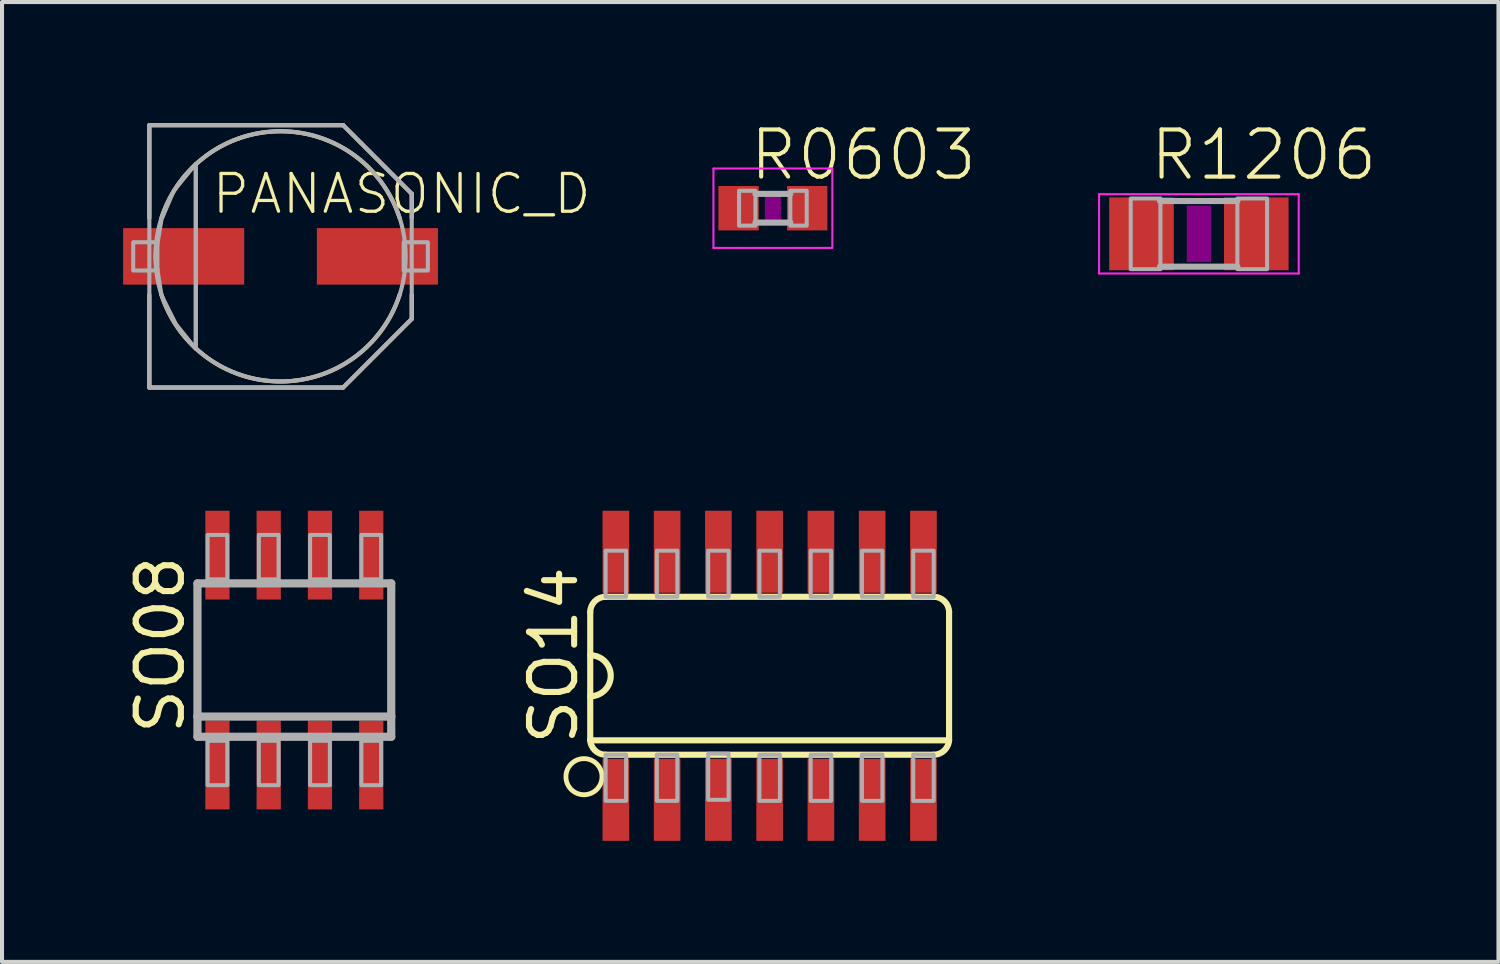
<source format=kicad_pcb>
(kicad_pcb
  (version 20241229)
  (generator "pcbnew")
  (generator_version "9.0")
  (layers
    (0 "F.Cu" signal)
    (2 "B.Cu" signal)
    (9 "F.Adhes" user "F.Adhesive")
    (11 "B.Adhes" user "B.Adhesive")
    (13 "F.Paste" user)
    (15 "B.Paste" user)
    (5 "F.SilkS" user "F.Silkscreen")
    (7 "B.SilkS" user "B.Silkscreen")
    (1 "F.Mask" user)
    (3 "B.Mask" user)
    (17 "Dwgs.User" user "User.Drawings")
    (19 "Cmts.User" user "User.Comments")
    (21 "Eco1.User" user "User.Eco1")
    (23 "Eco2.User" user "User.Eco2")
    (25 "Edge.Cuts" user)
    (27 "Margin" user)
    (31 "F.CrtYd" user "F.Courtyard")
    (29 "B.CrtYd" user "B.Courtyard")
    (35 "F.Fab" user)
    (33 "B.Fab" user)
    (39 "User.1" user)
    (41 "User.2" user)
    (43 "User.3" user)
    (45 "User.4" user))
  (footprint "R1206"
    (layer "F.Cu")
    (at 26.651 2.743)
    (property "Reference" "R1206" (at -1.27 -1.27 0) (layer "F.SilkS") (effects (font (size 1.168 1.168) (thickness 0.102)) (justify left bottom)))
    (fp_poly (pts (xy -0.3 0.7) (xy 0.3 0.7) (xy 0.3 -0.7) (xy -0.3 -0.7)) (stroke (width 0) (type solid)) (fill yes) (layer "F.Adhes"))
    (fp_line (start -2.473 -0.983) (end 2.473 -0.983) (stroke (width 0.051) (type solid)) (layer "F.CrtYd"))
    (fp_line (start -2.473 0.983) (end -2.473 -0.983) (stroke (width 0.051) (type solid)) (layer "F.CrtYd"))
    (fp_line (start 2.473 -0.983) (end 2.473 0.983) (stroke (width 0.051) (type solid)) (layer "F.CrtYd"))
    (fp_line (start 2.473 0.983) (end -2.473 0.983) (stroke (width 0.051) (type solid)) (layer "F.CrtYd"))
    (fp_line (start 0.953 -0.813) (end -0.965 -0.813) (stroke (width 0.152) (type solid)) (layer "F.Fab"))
    (fp_line (start 0.953 0.813) (end -0.965 0.813) (stroke (width 0.152) (type solid)) (layer "F.Fab"))
    (fp_poly (pts (xy -1.689 0.876) (xy -0.953 0.876) (xy -0.953 -0.876) (xy -1.689 -0.876)) (stroke (width 0.1) (type solid)) (fill no) (layer "F.Fab"))
    (fp_poly (pts (xy 0.953 0.876) (xy 1.689 0.876) (xy 1.689 -0.876) (xy 0.953 -0.876)) (stroke (width 0.1) (type solid)) (fill no) (layer "F.Fab"))
    (pad "1" smd rect (at -1.422 0) (size 1.6 1.803) (layers "F.Cu" "F.Mask" "F.Paste"))
    (pad "2" smd rect (at 1.422 0) (size 1.6 1.803) (layers "F.Cu" "F.Mask" "F.Paste")))
  (footprint "SO08"
    (layer "F.Cu")
    (at 4.242 13.302)
    (property "Reference" "SO08" (at -2.667 1.905 90) (layer "F.SilkS") (effects (font (size 1.118 1.118) (thickness 0.152)) (justify left bottom)))
    (fp_line (start -2.4 -1.9) (end 2.4 -1.9) (stroke (width 0.203) (type solid)) (layer "F.Fab"))
    (fp_line (start -2.4 1.4) (end -2.4 -1.9) (stroke (width 0.203) (type solid)) (layer "F.Fab"))
    (fp_line (start -2.4 1.9) (end -2.4 1.4) (stroke (width 0.203) (type solid)) (layer "F.Fab"))
    (fp_line (start 2.4 -1.9) (end 2.4 1.4) (stroke (width 0.203) (type solid)) (layer "F.Fab"))
    (fp_line (start 2.4 1.4) (end -2.4 1.4) (stroke (width 0.203) (type solid)) (layer "F.Fab"))
    (fp_line (start 2.4 1.4) (end 2.4 1.9) (stroke (width 0.203) (type solid)) (layer "F.Fab"))
    (fp_line (start 2.4 1.9) (end -2.4 1.9) (stroke (width 0.203) (type solid)) (layer "F.Fab"))
    (fp_poly (pts (xy -2.15 -2) (xy -1.66 -2) (xy -1.66 -3.1) (xy -2.15 -3.1)) (stroke (width 0.1) (type solid)) (fill no) (layer "F.Fab"))
    (fp_poly (pts (xy -2.15 3.1) (xy -1.66 3.1) (xy -1.66 2) (xy -2.15 2)) (stroke (width 0.1) (type solid)) (fill no) (layer "F.Fab"))
    (fp_poly (pts (xy -0.88 -2) (xy -0.39 -2) (xy -0.39 -3.1) (xy -0.88 -3.1)) (stroke (width 0.1) (type solid)) (fill no) (layer "F.Fab"))
    (fp_poly (pts (xy -0.88 3.1) (xy -0.39 3.1) (xy -0.39 2) (xy -0.88 2)) (stroke (width 0.1) (type solid)) (fill no) (layer "F.Fab"))
    (fp_poly (pts (xy 0.39 -2) (xy 0.88 -2) (xy 0.88 -3.1) (xy 0.39 -3.1)) (stroke (width 0.1) (type solid)) (fill no) (layer "F.Fab"))
    (fp_poly (pts (xy 0.39 3.1) (xy 0.88 3.1) (xy 0.88 2) (xy 0.39 2)) (stroke (width 0.1) (type solid)) (fill no) (layer "F.Fab"))
    (fp_poly (pts (xy 1.66 -2) (xy 2.15 -2) (xy 2.15 -3.1) (xy 1.66 -3.1)) (stroke (width 0.1) (type solid)) (fill no) (layer "F.Fab"))
    (fp_poly (pts (xy 1.66 3.1) (xy 2.15 3.1) (xy 2.15 2) (xy 1.66 2)) (stroke (width 0.1) (type solid)) (fill no) (layer "F.Fab"))
    (pad "1" smd rect (at -1.905 2.6) (size 0.6 2.2) (layers "F.Cu" "F.Mask" "F.Paste"))
    (pad "2" smd rect (at -0.635 2.6) (size 0.6 2.2) (layers "F.Cu" "F.Mask" "F.Paste"))
    (pad "3" smd rect (at 0.635 2.6) (size 0.6 2.2) (layers "F.Cu" "F.Mask" "F.Paste"))
    (pad "4" smd rect (at 1.905 2.6) (size 0.6 2.2) (layers "F.Cu" "F.Mask" "F.Paste"))
    (pad "5" smd rect (at 1.905 -2.6) (size 0.6 2.2) (layers "F.Cu" "F.Mask" "F.Paste"))
    (pad "6" smd rect (at 0.635 -2.6) (size 0.6 2.2) (layers "F.Cu" "F.Mask" "F.Paste"))
    (pad "7" smd rect (at -0.635 -2.6) (size 0.6 2.2) (layers "F.Cu" "F.Mask" "F.Paste"))
    (pad "8" smd rect (at -1.905 -2.6) (size 0.6 2.2) (layers "F.Cu" "F.Mask" "F.Paste")))
  (footprint "PANASONIC_D"
    (layer "F.Cu")
    (at 3.9 3.301)
    (property "Reference" "PANASONIC_D" (at -1.75 -1 0) (layer "F.SilkS") (effects (font (size 0.935 0.935) (thickness 0.081)) (justify left bottom)))
    (fp_line (start -3.25 -3.25) (end 1.55 -3.25) (stroke (width 0.102) (type solid)) (layer "F.SilkS"))
    (fp_line (start -3.25 -0.95) (end -3.25 -3.25) (stroke (width 0.102) (type solid)) (layer "F.SilkS"))
    (fp_line (start -3.25 3.25) (end -3.25 0.95) (stroke (width 0.102) (type solid)) (layer "F.SilkS"))
    (fp_line (start 1.55 -3.25) (end 3.25 -1.55) (stroke (width 0.102) (type solid)) (layer "F.SilkS"))
    (fp_line (start 1.55 3.25) (end -3.25 3.25) (stroke (width 0.102) (type solid)) (layer "F.SilkS"))
    (fp_line (start 3.25 -1.55) (end 3.25 -0.95) (stroke (width 0.102) (type solid)) (layer "F.SilkS"))
    (fp_line (start 3.25 0.95) (end 3.25 1.55) (stroke (width 0.102) (type solid)) (layer "F.SilkS"))
    (fp_line (start 3.25 1.55) (end 1.55 3.25) (stroke (width 0.102) (type solid)) (layer "F.SilkS"))
    (fp_arc (start -2.95 -0.95) (mid 0 -3.099193) (end 2.95 -0.95) (stroke (width 0.1016) (type solid)) (layer "F.SilkS"))
    (fp_arc (start 2.95 0.95) (mid 0 3.099193) (end -2.95 0.95) (stroke (width 0.1016) (type solid)) (layer "F.SilkS"))
    (fp_line (start -3.25 -3.25) (end 1.55 -3.25) (stroke (width 0.102) (type solid)) (layer "F.Fab"))
    (fp_line (start -3.25 3.25) (end -3.25 -3.25) (stroke (width 0.102) (type solid)) (layer "F.Fab"))
    (fp_line (start -2.1 -2.25) (end -2.1 2.2) (stroke (width 0.102) (type solid)) (layer "F.Fab"))
    (fp_line (start 1.55 -3.25) (end 3.25 -1.55) (stroke (width 0.102) (type solid)) (layer "F.Fab"))
    (fp_line (start 1.55 3.25) (end -3.25 3.25) (stroke (width 0.102) (type solid)) (layer "F.Fab"))
    (fp_line (start 3.25 -1.55) (end 3.25 1.55) (stroke (width 0.102) (type solid)) (layer "F.Fab"))
    (fp_line (start 3.25 1.55) (end 1.55 3.25) (stroke (width 0.102) (type solid)) (layer "F.Fab"))
    (fp_circle (center 0 0) (end 3.1 0) (stroke (width 0.102) (type solid)) (fill no) (layer "F.Fab"))
    (fp_poly (pts (xy -3.65 0.35) (xy -3.05 0.35) (xy -3.05 -0.35) (xy -3.65 -0.35)) (stroke (width 0.1) (type solid)) (fill no) (layer "F.Fab"))
    (fp_poly (pts (xy 3.05 0.35) (xy 3.65 0.35) (xy 3.65 -0.35) (xy 3.05 -0.35)) (stroke (width 0.1) (type solid)) (fill no) (layer "F.Fab"))
    (fp_poly (pts (xy -2.099 2.295) (xy -2.593 1.678) (xy -2.949 0.966) (xy -3.101 -0.00022) (xy -2.949 -0.914) (xy -2.644 -1.627) (xy -2.099 -2.292)) (stroke (width 0.1) (type solid)) (fill no) (layer "F.Fab"))
    (pad "+" smd rect (at 2.4 0) (size 3 1.4) (layers "F.Cu" "F.Mask" "F.Paste"))
    (pad "-" smd rect (at -2.4 0) (size 3 1.4) (layers "F.Cu" "F.Mask" "F.Paste")))
  (footprint "SO14"
    (layer "F.Cu")
    (at 16.017 13.691)
    (property "Reference" "SO14" (at -4.699 1.778 90) (layer "F.SilkS") (effects (font (size 1.118 1.118) (thickness 0.152)) (justify left bottom)))
    (fp_line (start -4.445 -1.575) (end -4.445 1.575) (stroke (width 0.152) (type solid)) (layer "F.SilkS"))
    (fp_line (start -4.445 1.6) (end 4.445 1.6) (stroke (width 0.152) (type solid)) (layer "F.SilkS"))
    (fp_line (start -4.064 1.956) (end 4.064 1.956) (stroke (width 0.152) (type solid)) (layer "F.SilkS"))
    (fp_line (start 4.064 -1.956) (end -4.064 -1.956) (stroke (width 0.152) (type solid)) (layer "F.SilkS"))
    (fp_line (start 4.445 1.575) (end 4.445 -1.575) (stroke (width 0.152) (type solid)) (layer "F.SilkS"))
    (fp_arc (start -4.445 -1.5748) (mid -4.333408 -1.844208) (end -4.064 -1.9558) (stroke (width 0.1524) (type solid)) (layer "F.SilkS"))
    (fp_arc (start -4.445 -0.508) (mid -3.937 0) (end -4.445 0.508) (stroke (width 0.1524) (type solid)) (layer "F.SilkS"))
    (fp_arc (start -4.064 1.9558) (mid -4.333408 1.844208) (end -4.445 1.5748) (stroke (width 0.1524) (type solid)) (layer "F.SilkS"))
    (fp_arc (start 4.064 -1.9558) (mid 4.333408 -1.844208) (end 4.445 -1.5748) (stroke (width 0.1524) (type solid)) (layer "F.SilkS"))
    (fp_arc (start 4.445 1.5748) (mid 4.333408 1.844208) (end 4.064 1.9558) (stroke (width 0.1524) (type solid)) (layer "F.SilkS"))
    (fp_circle (center -4.6 2.5) (end -4.4 2.9) (stroke (width 0.12) (type solid)) (fill no) (layer "F.SilkS"))
    (fp_poly (pts (xy -4.064 -1.956) (xy -3.556 -1.956) (xy -3.556 -3.099) (xy -4.064 -3.099)) (stroke (width 0.1) (type solid)) (fill no) (layer "F.Fab"))
    (fp_poly (pts (xy -4.064 3.099) (xy -3.556 3.099) (xy -3.556 1.956) (xy -4.064 1.956)) (stroke (width 0.1) (type solid)) (fill no) (layer "F.Fab"))
    (fp_poly (pts (xy -2.794 -1.956) (xy -2.286 -1.956) (xy -2.286 -3.099) (xy -2.794 -3.099)) (stroke (width 0.1) (type solid)) (fill no) (layer "F.Fab"))
    (fp_poly (pts (xy -2.794 3.099) (xy -2.286 3.099) (xy -2.286 1.956) (xy -2.794 1.956)) (stroke (width 0.1) (type solid)) (fill no) (layer "F.Fab"))
    (fp_poly (pts (xy -1.524 -1.956) (xy -1.016 -1.956) (xy -1.016 -3.099) (xy -1.524 -3.099)) (stroke (width 0.1) (type solid)) (fill no) (layer "F.Fab"))
    (fp_poly (pts (xy -1.524 3.073) (xy -1.016 3.073) (xy -1.016 1.93) (xy -1.524 1.93)) (stroke (width 0.1) (type solid)) (fill no) (layer "F.Fab"))
    (fp_poly (pts (xy -0.254 -1.956) (xy 0.254 -1.956) (xy 0.254 -3.099) (xy -0.254 -3.099)) (stroke (width 0.1) (type solid)) (fill no) (layer "F.Fab"))
    (fp_poly (pts (xy -0.254 3.099) (xy 0.254 3.099) (xy 0.254 1.956) (xy -0.254 1.956)) (stroke (width 0.1) (type solid)) (fill no) (layer "F.Fab"))
    (fp_poly (pts (xy 1.016 -1.956) (xy 1.524 -1.956) (xy 1.524 -3.099) (xy 1.016 -3.099)) (stroke (width 0.1) (type solid)) (fill no) (layer "F.Fab"))
    (fp_poly (pts (xy 1.016 3.099) (xy 1.524 3.099) (xy 1.524 1.956) (xy 1.016 1.956)) (stroke (width 0.1) (type solid)) (fill no) (layer "F.Fab"))
    (fp_poly (pts (xy 2.286 -1.956) (xy 2.794 -1.956) (xy 2.794 -3.099) (xy 2.286 -3.099)) (stroke (width 0.1) (type solid)) (fill no) (layer "F.Fab"))
    (fp_poly (pts (xy 2.286 3.099) (xy 2.794 3.099) (xy 2.794 1.956) (xy 2.286 1.956)) (stroke (width 0.1) (type solid)) (fill no) (layer "F.Fab"))
    (fp_poly (pts (xy 3.556 -1.956) (xy 4.064 -1.956) (xy 4.064 -3.099) (xy 3.556 -3.099)) (stroke (width 0.1) (type solid)) (fill no) (layer "F.Fab"))
    (fp_poly (pts (xy 3.556 3.099) (xy 4.064 3.099) (xy 4.064 1.956) (xy 3.556 1.956)) (stroke (width 0.1) (type solid)) (fill no) (layer "F.Fab"))
    (pad "1" smd rect (at -3.81 3.073) (size 0.66 2.032) (layers "F.Cu" "F.Mask" "F.Paste"))
    (pad "2" smd rect (at -2.54 3.073) (size 0.66 2.032) (layers "F.Cu" "F.Mask" "F.Paste"))
    (pad "3" smd rect (at -1.27 3.073) (size 0.66 2.032) (layers "F.Cu" "F.Mask" "F.Paste"))
    (pad "4" smd rect (at 0 3.073) (size 0.66 2.032) (layers "F.Cu" "F.Mask" "F.Paste"))
    (pad "5" smd rect (at 1.27 3.073) (size 0.66 2.032) (layers "F.Cu" "F.Mask" "F.Paste"))
    (pad "6" smd rect (at 2.54 3.073) (size 0.66 2.032) (layers "F.Cu" "F.Mask" "F.Paste"))
    (pad "7" smd rect (at 3.81 3.073) (size 0.66 2.032) (layers "F.Cu" "F.Mask" "F.Paste"))
    (pad "8" smd rect (at 3.81 -3.073) (size 0.66 2.032) (layers "F.Cu" "F.Mask" "F.Paste"))
    (pad "9" smd rect (at 2.54 -3.073) (size 0.66 2.032) (layers "F.Cu" "F.Mask" "F.Paste"))
    (pad "10" smd rect (at 1.27 -3.073) (size 0.66 2.032) (layers "F.Cu" "F.Mask" "F.Paste"))
    (pad "11" smd rect (at 0 -3.073) (size 0.66 2.032) (layers "F.Cu" "F.Mask" "F.Paste"))
    (pad "12" smd rect (at -1.27 -3.073) (size 0.66 2.032) (layers "F.Cu" "F.Mask" "F.Paste"))
    (pad "13" smd rect (at -2.54 -3.073) (size 0.66 2.032) (layers "F.Cu" "F.Mask" "F.Paste"))
    (pad "14" smd rect (at -3.81 -3.073) (size 0.66 2.032) (layers "F.Cu" "F.Mask" "F.Paste")))
  (footprint "R0603"
    (layer "F.Cu")
    (at 16.097 2.108)
    (property "Reference" "R0603" (at -0.635 -0.635 0) (layer "F.SilkS") (effects (font (size 1.168 1.168) (thickness 0.102)) (justify left bottom)))
    (fp_poly (pts (xy -0.2 0.4) (xy 0.2 0.4) (xy 0.2 -0.4) (xy -0.2 -0.4)) (stroke (width 0) (type solid)) (fill yes) (layer "F.Adhes"))
    (fp_line (start -1.473 -0.983) (end 1.473 -0.983) (stroke (width 0.051) (type solid)) (layer "F.CrtYd"))
    (fp_line (start -1.473 0.983) (end -1.473 -0.983) (stroke (width 0.051) (type solid)) (layer "F.CrtYd"))
    (fp_line (start 1.473 -0.983) (end 1.473 0.983) (stroke (width 0.051) (type solid)) (layer "F.CrtYd"))
    (fp_line (start 1.473 0.983) (end -1.473 0.983) (stroke (width 0.051) (type solid)) (layer "F.CrtYd"))
    (fp_line (start -0.432 0.356) (end 0.432 0.356) (stroke (width 0.152) (type solid)) (layer "F.Fab"))
    (fp_line (start 0.432 -0.356) (end -0.432 -0.356) (stroke (width 0.152) (type solid)) (layer "F.Fab"))
    (fp_poly (pts (xy -0.838 0.432) (xy -0.432 0.432) (xy -0.432 -0.432) (xy -0.838 -0.432)) (stroke (width 0.1) (type solid)) (fill no) (layer "F.Fab"))
    (fp_poly (pts (xy 0.432 0.432) (xy 0.838 0.432) (xy 0.838 -0.432) (xy 0.432 -0.432)) (stroke (width 0.1) (type solid)) (fill no) (layer "F.Fab"))
    (pad "1" smd rect (at -0.85 0) (size 1 1.1) (layers "F.Cu" "F.Mask" "F.Paste"))
    (pad "2" smd rect (at 0.85 0) (size 1 1.1) (layers "F.Cu" "F.Mask" "F.Paste")))
  (gr_rect
    (start -3 -3)
    (end 34.072 20.78)
    (stroke (width 0.1) (type default))
    (fill no)
    (layer "Edge.Cuts")))
</source>
